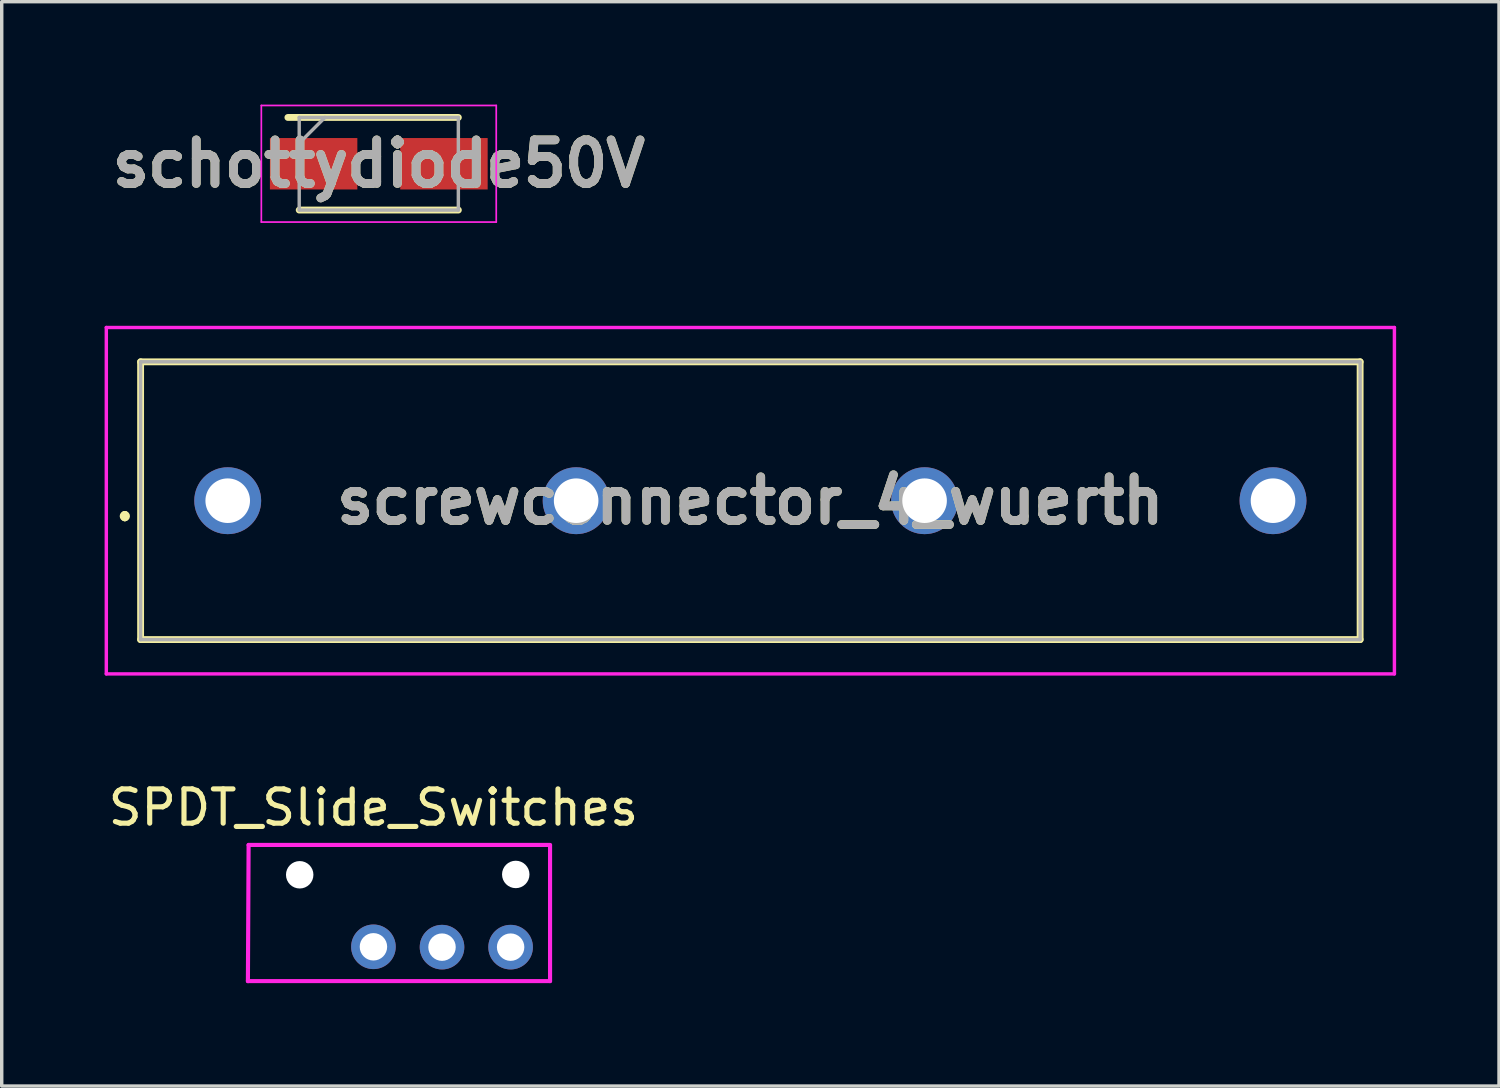
<source format=kicad_pcb>
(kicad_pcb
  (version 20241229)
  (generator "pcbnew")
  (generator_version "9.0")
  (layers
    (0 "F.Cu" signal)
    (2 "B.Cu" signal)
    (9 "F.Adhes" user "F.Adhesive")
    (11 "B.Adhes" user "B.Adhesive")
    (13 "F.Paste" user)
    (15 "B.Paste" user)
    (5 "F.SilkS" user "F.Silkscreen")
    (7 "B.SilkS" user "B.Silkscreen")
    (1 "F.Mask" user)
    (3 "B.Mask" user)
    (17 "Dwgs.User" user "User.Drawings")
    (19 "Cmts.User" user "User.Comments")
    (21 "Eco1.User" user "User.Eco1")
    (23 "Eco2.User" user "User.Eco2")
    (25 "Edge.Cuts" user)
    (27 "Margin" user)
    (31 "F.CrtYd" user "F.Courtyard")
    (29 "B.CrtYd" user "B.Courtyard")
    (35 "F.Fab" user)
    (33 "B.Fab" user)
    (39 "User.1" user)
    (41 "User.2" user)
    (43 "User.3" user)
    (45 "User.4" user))
  (footprint "SPDT_Slide_Switches"
    (layer "F.Cu")
    (at 7.839 24.558)
    (property "Reference" "SPDT_Slide_Switches" (at 0 -4.06 0) (layer "F.SilkS") (effects (font (size 1 1) (thickness 0.15))))
    (attr through_hole)
    (fp_circle (center -2.15 -2.1) (end -1.75 -2.1) (stroke (width 0.12) (type solid)) (fill no) (layer "Eco2.User"))
    (fp_circle (center 4.15 -2.1) (end 4.55 -2.1) (stroke (width 0.12) (type solid)) (fill no) (layer "Eco2.User"))
    (fp_line (start -3.66 1) (end -3.66 0.99) (stroke (width 0.12) (type solid)) (layer "F.CrtYd"))
    (fp_line (start -3.64 -2.97) (end -3.66 1) (stroke (width 0.12) (type solid)) (layer "F.CrtYd"))
    (fp_line (start 5.15 -2.97) (end -3.64 -2.97) (stroke (width 0.12) (type solid)) (layer "F.CrtYd"))
    (fp_line (start 5.15 -2.96) (end 5.15 1) (stroke (width 0.12) (type solid)) (layer "F.CrtYd"))
    (fp_line (start 5.15 1) (end -3.65 1) (stroke (width 0.12) (type solid)) (layer "F.CrtYd"))
    (pad "" np_thru_hole circle (at -2.15 -2.1) (size 0.8 0.8) (drill 0.8) (layers "*.Cu" "*.Mask"))
    (pad "" np_thru_hole circle (at 4.15 -2.11) (size 0.8 0.8) (drill 0.8) (layers "*.Cu" "*.Mask"))
    (pad "1" thru_hole circle (at 0 0) (size 1.3 1.3) (drill 0.8) (layers "*.Cu" "*.Mask"))
    (pad "2" thru_hole circle (at 4 0.01) (size 1.3 1.3) (drill 0.8) (layers "*.Cu" "*.Mask"))
    (pad "3" thru_hole circle (at 2 0.01) (size 1.3 1.3) (drill 0.8) (layers "*.Cu" "*.Mask")))
  (footprint "screwconnector_4_wuerth"
    (layer "F.Cu")
    (at 3.59 11.55)
    (property "Reference" "screwconnector_4_wuerth" (at 15.24 0 0) (layer "F.SilkS") (effects (font (size 1.27 1.27) (thickness 0.254))))
    (attr through_hole)
    (fp_line (start -3 0.4) (end -3 0.4) (stroke (width 0.2) (type solid)) (layer "F.SilkS"))
    (fp_line (start -3 0.5) (end -3 0.5) (stroke (width 0.2) (type solid)) (layer "F.SilkS"))
    (fp_line (start -2.54 -4.05) (end 33.02 -4.05) (stroke (width 0.2) (type solid)) (layer "F.SilkS"))
    (fp_line (start -2.54 4.05) (end -2.54 -4.05) (stroke (width 0.2) (type solid)) (layer "F.SilkS"))
    (fp_line (start 33.02 -4.05) (end 33.02 4.05) (stroke (width 0.2) (type solid)) (layer "F.SilkS"))
    (fp_line (start 33.02 4.05) (end -2.54 4.05) (stroke (width 0.2) (type solid)) (layer "F.SilkS"))
    (fp_arc (start -3 0.4) (mid -2.95 0.45) (end -3 0.5) (stroke (width 0.2) (type solid)) (layer "F.SilkS"))
    (fp_arc (start -3 0.5) (mid -3.05 0.45) (end -3 0.4) (stroke (width 0.2) (type solid)) (layer "F.SilkS"))
    (fp_line (start -3.54 -5.05) (end 34.02 -5.05) (stroke (width 0.1) (type solid)) (layer "F.CrtYd"))
    (fp_line (start -3.54 5.05) (end -3.54 -5.05) (stroke (width 0.1) (type solid)) (layer "F.CrtYd"))
    (fp_line (start 34.02 -5.05) (end 34.02 5.05) (stroke (width 0.1) (type solid)) (layer "F.CrtYd"))
    (fp_line (start 34.02 5.05) (end -3.54 5.05) (stroke (width 0.1) (type solid)) (layer "F.CrtYd"))
    (fp_line (start -2.54 -4.05) (end 33.02 -4.05) (stroke (width 0.1) (type solid)) (layer "F.Fab"))
    (fp_line (start -2.54 4.05) (end -2.54 -4.05) (stroke (width 0.1) (type solid)) (layer "F.Fab"))
    (fp_line (start 33.02 -4.05) (end 33.02 4.05) (stroke (width 0.1) (type solid)) (layer "F.Fab"))
    (fp_line (start 33.02 4.05) (end -2.54 4.05) (stroke (width 0.1) (type solid)) (layer "F.Fab"))
    (fp_text user "${REFERENCE}" (at 15.24 0 0) (layer "F.Fab") (effects (font (size 1.27 1.27) (thickness 0.254))))
    (pad "1" thru_hole circle (at 0 0) (size 1.95 1.95) (drill 1.3) (layers "*.Cu" "*.Mask"))
    (pad "2" thru_hole circle (at 10.16 0) (size 1.95 1.95) (drill 1.3) (layers "*.Cu" "*.Mask"))
    (pad "3" thru_hole circle (at 20.32 0) (size 1.95 1.95) (drill 1.3) (layers "*.Cu" "*.Mask"))
    (pad "4" thru_hole circle (at 30.48 0) (size 1.95 1.95) (drill 1.3) (layers "*.Cu" "*.Mask")))
  (footprint "schottydiode50V"
    (layer "F.Cu")
    (at 7.995 1.725)
    (property "Reference" "schottydiode50V" (at 0 0 0) (layer "F.SilkS") (effects (font (size 1.27 1.27) (thickness 0.254))))
    (attr smd)
    (fp_line (start -2.32 1.35) (end 2.32 1.35) (stroke (width 0.2) (type solid)) (layer "F.SilkS"))
    (fp_line (start 2.32 -1.35) (end -2.65 -1.35) (stroke (width 0.2) (type solid)) (layer "F.SilkS"))
    (fp_line (start -3.425 -1.7) (end 3.425 -1.7) (stroke (width 0.05) (type solid)) (layer "F.CrtYd"))
    (fp_line (start -3.425 1.7) (end -3.425 -1.7) (stroke (width 0.05) (type solid)) (layer "F.CrtYd"))
    (fp_line (start 3.425 -1.7) (end 3.425 1.7) (stroke (width 0.05) (type solid)) (layer "F.CrtYd"))
    (fp_line (start 3.425 1.7) (end -3.425 1.7) (stroke (width 0.05) (type solid)) (layer "F.CrtYd"))
    (fp_line (start -2.32 -1.35) (end 2.32 -1.35) (stroke (width 0.1) (type solid)) (layer "F.Fab"))
    (fp_line (start -2.32 -0.6) (end -1.57 -1.35) (stroke (width 0.1) (type solid)) (layer "F.Fab"))
    (fp_line (start -2.32 1.35) (end -2.32 -1.35) (stroke (width 0.1) (type solid)) (layer "F.Fab"))
    (fp_line (start 2.32 -1.35) (end 2.32 1.35) (stroke (width 0.1) (type solid)) (layer "F.Fab"))
    (fp_line (start 2.32 1.35) (end -2.32 1.35) (stroke (width 0.1) (type solid)) (layer "F.Fab"))
    (fp_text user "${REFERENCE}" (at 0 0 0) (layer "F.Fab") (effects (font (size 1.27 1.27) (thickness 0.254))))
    (pad "1" smd rect (at -1.9 0 90) (size 1.5 2.55) (layers "F.Cu" "F.Mask" "F.Paste"))
    (pad "2" smd rect (at 1.9 0 90) (size 1.5 2.55) (layers "F.Cu" "F.Mask" "F.Paste")))
  (gr_rect
    (start -3 -3)
    (end 40.66 28.618)
    (stroke (width 0.1) (type default))
    (fill no)
    (layer "Edge.Cuts")))
</source>
